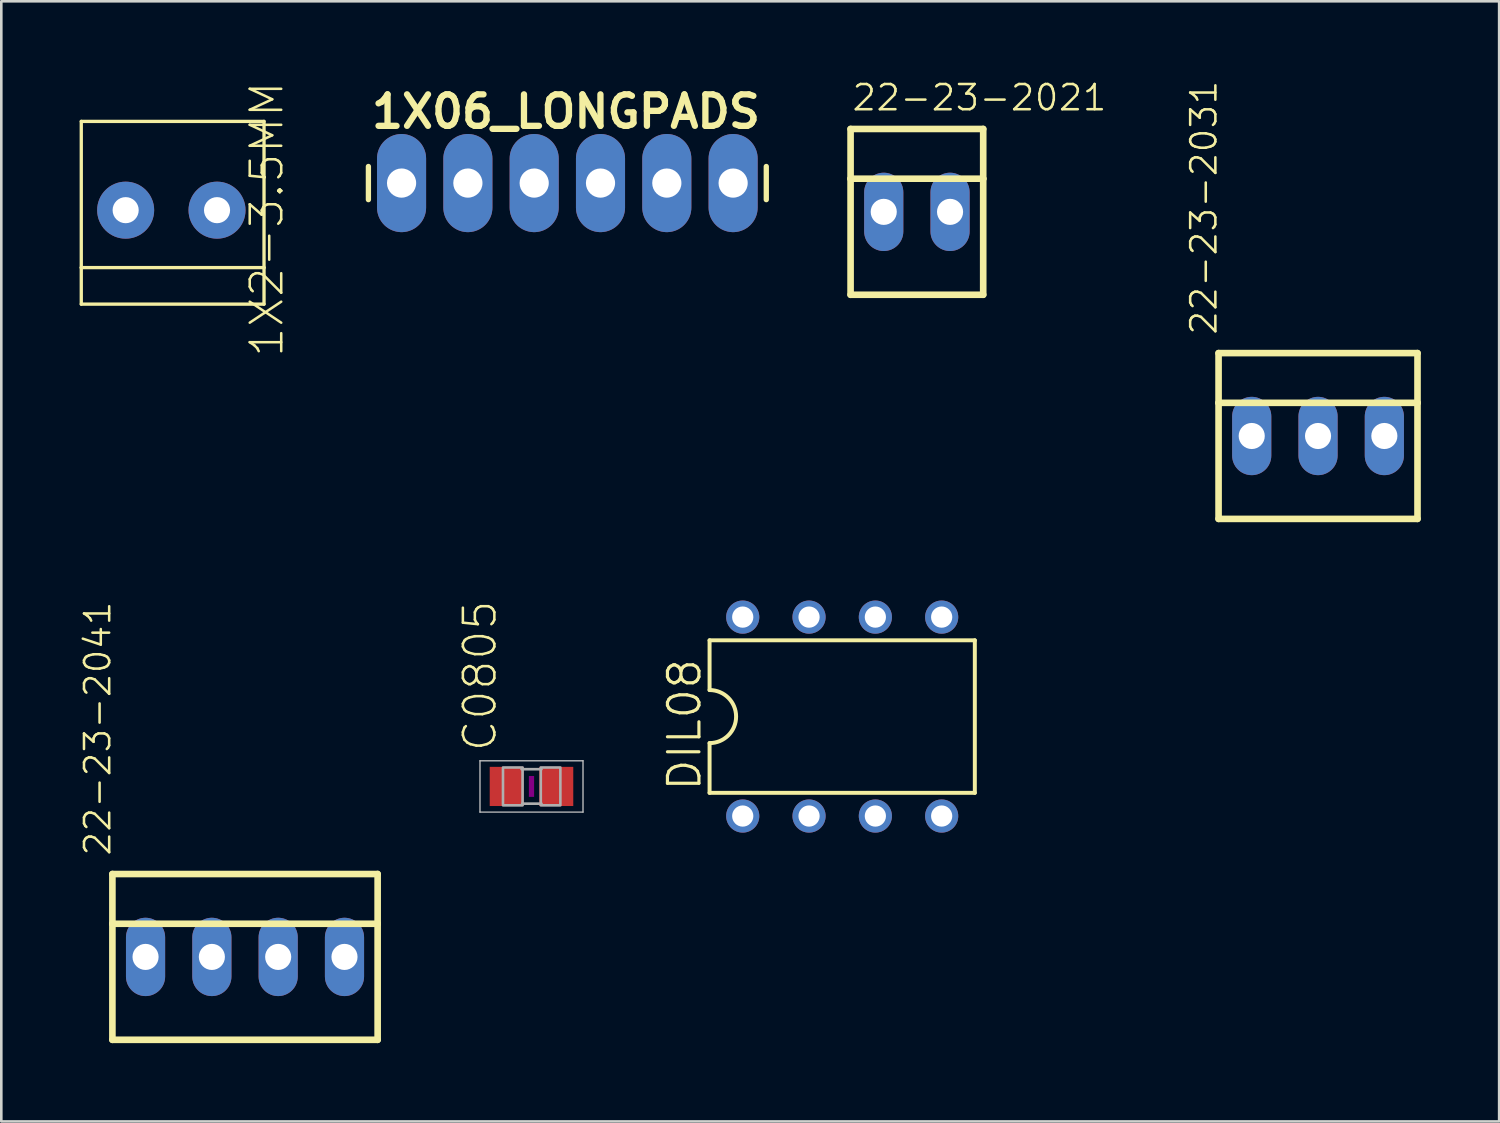
<source format=kicad_pcb>
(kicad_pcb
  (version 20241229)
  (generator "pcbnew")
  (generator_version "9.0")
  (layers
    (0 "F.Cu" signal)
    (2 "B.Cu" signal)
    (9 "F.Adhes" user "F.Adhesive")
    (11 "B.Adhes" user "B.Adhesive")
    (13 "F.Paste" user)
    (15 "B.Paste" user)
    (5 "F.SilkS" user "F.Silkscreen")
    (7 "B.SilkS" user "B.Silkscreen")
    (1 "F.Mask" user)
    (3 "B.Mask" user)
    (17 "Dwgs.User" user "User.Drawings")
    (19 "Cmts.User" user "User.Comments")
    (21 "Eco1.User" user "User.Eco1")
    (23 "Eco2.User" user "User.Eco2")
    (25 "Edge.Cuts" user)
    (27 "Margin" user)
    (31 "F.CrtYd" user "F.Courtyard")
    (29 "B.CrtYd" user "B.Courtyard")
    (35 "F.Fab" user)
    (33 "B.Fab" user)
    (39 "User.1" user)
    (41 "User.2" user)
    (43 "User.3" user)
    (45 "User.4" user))
  (footprint "1X06_LONGPADS"
    (layer "F.Cu")
    (at 12.331 3.962)
    (property "Reference" "1X06_LONGPADS" (at -1.27 -2.032 180) (layer "F.SilkS") (effects (font (size 1.206 1.206) (thickness 0.241)) (justify left bottom)))
    (attr through_hole)
    (fp_line (start -1.27 -0.635) (end -1.27 0.635) (stroke (width 0.203) (type solid)) (layer "F.SilkS"))
    (fp_line (start 13.97 -0.635) (end 13.97 0.635) (stroke (width 0.203) (type solid)) (layer "F.SilkS"))
    (fp_poly (pts (xy -0.254 0.254) (xy 0.254 0.254) (xy 0.254 -0.254) (xy -0.254 -0.254)) (stroke (width 0.1) (type solid)) (fill no) (layer "F.Fab"))
    (fp_poly (pts (xy 2.286 0.254) (xy 2.794 0.254) (xy 2.794 -0.254) (xy 2.286 -0.254)) (stroke (width 0.1) (type solid)) (fill no) (layer "F.Fab"))
    (fp_poly (pts (xy 4.826 0.254) (xy 5.334 0.254) (xy 5.334 -0.254) (xy 4.826 -0.254)) (stroke (width 0.1) (type solid)) (fill no) (layer "F.Fab"))
    (fp_poly (pts (xy 7.366 0.254) (xy 7.874 0.254) (xy 7.874 -0.254) (xy 7.366 -0.254)) (stroke (width 0.1) (type solid)) (fill no) (layer "F.Fab"))
    (fp_poly (pts (xy 9.906 0.254) (xy 10.414 0.254) (xy 10.414 -0.254) (xy 9.906 -0.254)) (stroke (width 0.1) (type solid)) (fill no) (layer "F.Fab"))
    (fp_poly (pts (xy 12.446 0.254) (xy 12.954 0.254) (xy 12.954 -0.254) (xy 12.446 -0.254)) (stroke (width 0.1) (type solid)) (fill no) (layer "F.Fab"))
    (pad "1" thru_hole oval (at 0 0 90) (size 3.759 1.88) (drill 1.118) (layers "*.Cu" "*.Mask"))
    (pad "2" thru_hole oval (at 2.54 0 90) (size 3.759 1.88) (drill 1.118) (layers "*.Cu" "*.Mask"))
    (pad "3" thru_hole oval (at 5.08 0 90) (size 3.759 1.88) (drill 1.118) (layers "*.Cu" "*.Mask"))
    (pad "4" thru_hole oval (at 7.62 0 90) (size 3.759 1.88) (drill 1.118) (layers "*.Cu" "*.Mask"))
    (pad "5" thru_hole oval (at 10.16 0 90) (size 3.759 1.88) (drill 1.118) (layers "*.Cu" "*.Mask"))
    (pad "6" thru_hole oval (at 12.7 0 90) (size 3.759 1.88) (drill 1.118) (layers "*.Cu" "*.Mask")))
  (footprint "22-23-2021"
    (layer "F.Cu")
    (at 32.07 5.065)
    (property "Reference" "22-23-2021" (at -2.54 -3.81 0) (layer "F.SilkS") (effects (font (size 0.965 0.965) (thickness 0.097)) (justify left bottom)))
    (attr through_hole)
    (fp_line (start -2.54 -3.175) (end 2.54 -3.175) (stroke (width 0.254) (type solid)) (layer "F.SilkS"))
    (fp_line (start -2.54 -1.27) (end -2.54 -3.175) (stroke (width 0.254) (type solid)) (layer "F.SilkS"))
    (fp_line (start -2.54 -1.27) (end 2.54 -1.27) (stroke (width 0.254) (type solid)) (layer "F.SilkS"))
    (fp_line (start -2.54 3.175) (end -2.54 -1.27) (stroke (width 0.254) (type solid)) (layer "F.SilkS"))
    (fp_line (start 2.54 -3.175) (end 2.54 -1.27) (stroke (width 0.254) (type solid)) (layer "F.SilkS"))
    (fp_line (start 2.54 -1.27) (end 2.54 3.175) (stroke (width 0.254) (type solid)) (layer "F.SilkS"))
    (fp_line (start 2.54 3.175) (end -2.54 3.175) (stroke (width 0.254) (type solid)) (layer "F.SilkS"))
    (pad "1" thru_hole oval (at -1.27 0 90) (size 3 1.5) (drill 1) (layers "*.Cu" "*.Mask"))
    (pad "2" thru_hole oval (at 1.27 0 90) (size 3 1.5) (drill 1) (layers "*.Cu" "*.Mask")))
  (footprint "C0805"
    (layer "F.Cu")
    (at 17.308 27.073)
    (property "Reference" "C0805" (at -1.27 -1.27 90) (layer "F.SilkS") (effects (font (size 1.206 1.206) (thickness 0.097)) (justify left bottom)))
    (attr through_hole)
    (fp_poly (pts (xy -0.1 0.4) (xy 0.1 0.4) (xy 0.1 -0.4) (xy -0.1 -0.4)) (stroke (width 0) (type solid)) (fill yes) (layer "F.Adhes"))
    (fp_line (start -1.973 -0.983) (end 1.973 -0.983) (stroke (width 0.051) (type solid)) (layer "Dwgs.User"))
    (fp_line (start -1.973 0.983) (end -1.973 -0.983) (stroke (width 0.051) (type solid)) (layer "Dwgs.User"))
    (fp_line (start 1.973 -0.983) (end 1.973 0.983) (stroke (width 0.051) (type solid)) (layer "Dwgs.User"))
    (fp_line (start 1.973 0.983) (end -1.973 0.983) (stroke (width 0.051) (type solid)) (layer "Dwgs.User"))
    (fp_line (start -0.381 -0.66) (end 0.381 -0.66) (stroke (width 0.102) (type solid)) (layer "F.Fab"))
    (fp_line (start -0.356 0.66) (end 0.381 0.66) (stroke (width 0.102) (type solid)) (layer "F.Fab"))
    (fp_poly (pts (xy -1.092 0.724) (xy -0.342 0.724) (xy -0.342 -0.726) (xy -1.092 -0.726)) (stroke (width 0.1) (type solid)) (fill no) (layer "F.Fab"))
    (fp_poly (pts (xy 0.356 0.724) (xy 1.106 0.724) (xy 1.106 -0.726) (xy 0.356 -0.726)) (stroke (width 0.1) (type solid)) (fill no) (layer "F.Fab"))
    (pad "1" smd rect (at -0.95 0) (size 1.3 1.5) (layers "F.Cu" "F.Mask" "F.Paste"))
    (pad "2" smd rect (at 0.95 0) (size 1.3 1.5) (layers "F.Cu" "F.Mask" "F.Paste")))
  (footprint "22-23-2041"
    (layer "F.Cu")
    (at 6.335 33.603)
    (property "Reference" "22-23-2041" (at -5.08 -3.81 90) (layer "F.SilkS") (effects (font (size 0.965 0.965) (thickness 0.097)) (justify left bottom)))
    (attr through_hole)
    (fp_line (start -5.08 -3.175) (end 5.08 -3.175) (stroke (width 0.254) (type solid)) (layer "F.SilkS"))
    (fp_line (start -5.08 -1.27) (end -5.08 -3.175) (stroke (width 0.254) (type solid)) (layer "F.SilkS"))
    (fp_line (start -5.08 -1.27) (end 5.08 -1.27) (stroke (width 0.254) (type solid)) (layer "F.SilkS"))
    (fp_line (start -5.08 3.175) (end -5.08 -1.27) (stroke (width 0.254) (type solid)) (layer "F.SilkS"))
    (fp_line (start 5.08 -3.175) (end 5.08 -1.27) (stroke (width 0.254) (type solid)) (layer "F.SilkS"))
    (fp_line (start 5.08 -1.27) (end 5.08 3.175) (stroke (width 0.254) (type solid)) (layer "F.SilkS"))
    (fp_line (start 5.08 3.175) (end -5.08 3.175) (stroke (width 0.254) (type solid)) (layer "F.SilkS"))
    (pad "1" thru_hole oval (at -3.81 0 90) (size 3 1.5) (drill 1) (layers "*.Cu" "*.Mask"))
    (pad "2" thru_hole oval (at -1.27 0 90) (size 3 1.5) (drill 1) (layers "*.Cu" "*.Mask"))
    (pad "3" thru_hole oval (at 1.27 0 90) (size 3 1.5) (drill 1) (layers "*.Cu" "*.Mask"))
    (pad "4" thru_hole oval (at 3.81 0 90) (size 3 1.5) (drill 1) (layers "*.Cu" "*.Mask")))
  (footprint "DIL08"
    (layer "F.Cu")
    (at 29.209 24.397)
    (property "Reference" "DIL08" (at -5.334 2.921 90) (layer "F.SilkS") (effects (font (size 1.206 1.206) (thickness 0.121)) (justify left bottom)))
    (attr through_hole)
    (fp_line (start -5.08 -2.921) (end -5.08 -1.016) (stroke (width 0.152) (type solid)) (layer "F.SilkS"))
    (fp_line (start -5.08 2.921) (end -5.08 1.016) (stroke (width 0.152) (type solid)) (layer "F.SilkS"))
    (fp_line (start -5.08 2.921) (end 5.08 2.921) (stroke (width 0.152) (type solid)) (layer "F.SilkS"))
    (fp_line (start 5.08 -2.921) (end -5.08 -2.921) (stroke (width 0.152) (type solid)) (layer "F.SilkS"))
    (fp_line (start 5.08 -2.921) (end 5.08 2.921) (stroke (width 0.152) (type solid)) (layer "F.SilkS"))
    (fp_arc (start -5.08 -1.016) (mid -4.064 0) (end -5.08 1.016) (stroke (width 0.1524) (type solid)) (layer "F.SilkS"))
    (pad "1" thru_hole circle (at -3.81 3.81 90) (size 1.27 1.27) (drill 0.813) (layers "*.Cu" "*.Mask"))
    (pad "2" thru_hole circle (at -1.27 3.81 90) (size 1.27 1.27) (drill 0.813) (layers "*.Cu" "*.Mask"))
    (pad "3" thru_hole circle (at 1.27 3.81 90) (size 1.27 1.27) (drill 0.813) (layers "*.Cu" "*.Mask"))
    (pad "4" thru_hole circle (at 3.81 3.81 90) (size 1.27 1.27) (drill 0.813) (layers "*.Cu" "*.Mask"))
    (pad "5" thru_hole circle (at 3.81 -3.81 90) (size 1.27 1.27) (drill 0.813) (layers "*.Cu" "*.Mask"))
    (pad "6" thru_hole circle (at 1.27 -3.81 90) (size 1.27 1.27) (drill 0.813) (layers "*.Cu" "*.Mask"))
    (pad "7" thru_hole circle (at -1.27 -3.81 90) (size 1.27 1.27) (drill 0.813) (layers "*.Cu" "*.Mask"))
    (pad "8" thru_hole circle (at -3.81 -3.81 90) (size 1.27 1.27) (drill 0.813) (layers "*.Cu" "*.Mask")))
  (footprint "1X2-3.5MM"
    (layer "F.Cu")
    (at 3.463 5)
    (property "Reference" "1X2-3.5MM" (at 3 -5 270) (layer "F.SilkS") (effects (font (size 1.206 1.206) (thickness 0.097)) (justify right top)))
    (attr through_hole)
    (fp_line (start -3.4 -3.4) (end -3.4 2.2) (stroke (width 0.127) (type solid)) (layer "F.SilkS"))
    (fp_line (start -3.4 2.2) (end -3.4 3.6) (stroke (width 0.127) (type solid)) (layer "F.SilkS"))
    (fp_line (start -3.4 2.2) (end 3.6 2.2) (stroke (width 0.127) (type solid)) (layer "F.SilkS"))
    (fp_line (start -3.4 3.6) (end 3.6 3.6) (stroke (width 0.127) (type solid)) (layer "F.SilkS"))
    (fp_line (start 3.6 -3.4) (end -3.4 -3.4) (stroke (width 0.127) (type solid)) (layer "F.SilkS"))
    (fp_line (start 3.6 2.2) (end 3.6 -3.4) (stroke (width 0.127) (type solid)) (layer "F.SilkS"))
    (fp_line (start 3.6 3.6) (end 3.6 2.2) (stroke (width 0.127) (type solid)) (layer "F.SilkS"))
    (pad "1" thru_hole circle (at 1.8 0) (size 2.184 2.184) (drill 1) (layers "*.Cu" "*.Mask"))
    (pad "2" thru_hole circle (at -1.7 0) (size 2.184 2.184) (drill 1) (layers "*.Cu" "*.Mask")))
  (footprint "22-23-2031"
    (layer "F.Cu")
    (at 47.435 13.65)
    (property "Reference" "22-23-2031" (at -3.81 -3.81 90) (layer "F.SilkS") (effects (font (size 0.965 0.965) (thickness 0.097)) (justify left bottom)))
    (attr through_hole)
    (fp_line (start -3.81 -3.175) (end 3.81 -3.175) (stroke (width 0.254) (type solid)) (layer "F.SilkS"))
    (fp_line (start -3.81 -1.27) (end -3.81 -3.175) (stroke (width 0.254) (type solid)) (layer "F.SilkS"))
    (fp_line (start -3.81 -1.27) (end 3.81 -1.27) (stroke (width 0.254) (type solid)) (layer "F.SilkS"))
    (fp_line (start -3.81 3.175) (end -3.81 -1.27) (stroke (width 0.254) (type solid)) (layer "F.SilkS"))
    (fp_line (start 3.81 -3.175) (end 3.81 -1.27) (stroke (width 0.254) (type solid)) (layer "F.SilkS"))
    (fp_line (start 3.81 -1.27) (end 3.81 3.175) (stroke (width 0.254) (type solid)) (layer "F.SilkS"))
    (fp_line (start 3.81 3.175) (end -3.81 3.175) (stroke (width 0.254) (type solid)) (layer "F.SilkS"))
    (pad "1" thru_hole oval (at -2.54 0 90) (size 3 1.5) (drill 1) (layers "*.Cu" "*.Mask"))
    (pad "2" thru_hole oval (at 0 0 90) (size 3 1.5) (drill 1) (layers "*.Cu" "*.Mask"))
    (pad "3" thru_hole oval (at 2.54 0 90) (size 3 1.5) (drill 1) (layers "*.Cu" "*.Mask")))
  (gr_rect
    (start -3 -3)
    (end 54.372 39.905)
    (stroke (width 0.1) (type default))
    (fill no)
    (layer "Edge.Cuts")))
</source>
